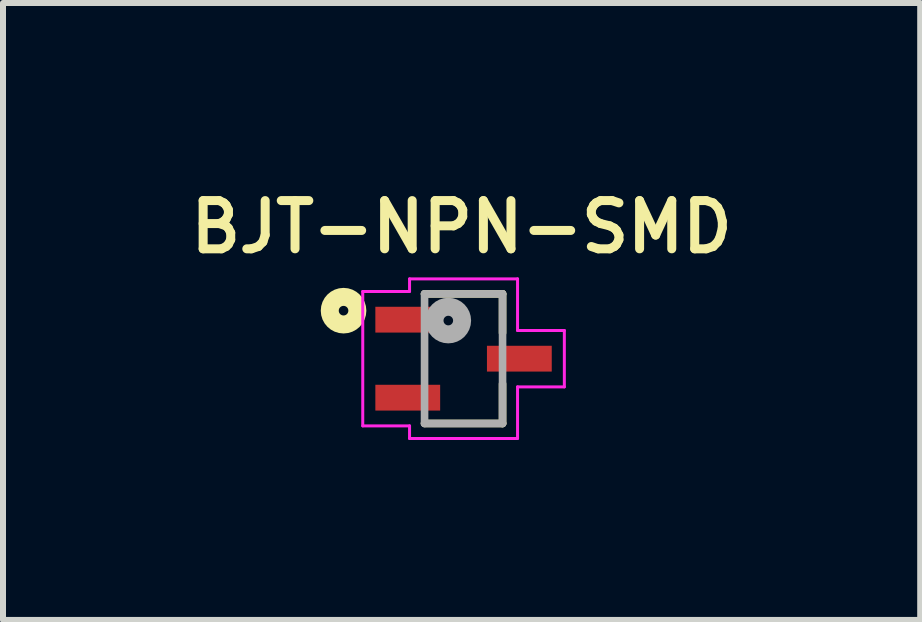
<source format=kicad_pcb>
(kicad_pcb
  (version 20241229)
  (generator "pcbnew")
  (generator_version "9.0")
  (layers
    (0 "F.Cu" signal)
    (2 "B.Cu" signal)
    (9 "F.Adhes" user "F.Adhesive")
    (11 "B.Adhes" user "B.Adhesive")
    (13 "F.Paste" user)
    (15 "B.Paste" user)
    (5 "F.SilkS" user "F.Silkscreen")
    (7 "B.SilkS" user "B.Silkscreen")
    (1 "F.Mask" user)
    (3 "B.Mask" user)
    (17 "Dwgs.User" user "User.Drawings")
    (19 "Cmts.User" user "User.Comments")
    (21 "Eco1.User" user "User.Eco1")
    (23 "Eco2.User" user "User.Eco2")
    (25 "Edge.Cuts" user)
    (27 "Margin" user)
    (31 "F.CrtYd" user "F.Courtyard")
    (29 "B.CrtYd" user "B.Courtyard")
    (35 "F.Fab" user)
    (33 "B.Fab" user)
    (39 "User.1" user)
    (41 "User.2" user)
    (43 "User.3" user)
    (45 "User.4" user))
  (footprint "BJT-NPN-SMD"
    (layer "F.Cu")
    (at 4.676 2.928)
    (property "Reference" "BJT-NPN-SMD" (at -0.033 -2.195 0) (layer "F.SilkS") (effects (font (size 0.804 0.804) (thickness 0.15))))
    (attr smd)
    (fp_line (start 0.65 -1.08) (end -0.65 -1.08) (stroke (width 0.127) (type solid)) (layer "F.SilkS"))
    (fp_line (start 0.65 -1.08) (end 0.65 -0.43) (stroke (width 0.127) (type solid)) (layer "F.SilkS"))
    (fp_line (start 0.65 0.42) (end 0.65 1.08) (stroke (width 0.127) (type solid)) (layer "F.SilkS"))
    (fp_line (start 0.65 1.08) (end -0.65 1.08) (stroke (width 0.127) (type solid)) (layer "F.SilkS"))
    (fp_circle (center -2 -0.8) (end -1.92 -0.8) (stroke (width 0.3) (type solid)) (fill no) (layer "F.SilkS"))
    (fp_line (start -1.68 -1.12) (end -0.9 -1.12) (stroke (width 0.05) (type solid)) (layer "F.CrtYd"))
    (fp_line (start -1.68 1.12) (end -1.68 -1.12) (stroke (width 0.05) (type solid)) (layer "F.CrtYd"))
    (fp_line (start -1.68 1.12) (end -0.9 1.12) (stroke (width 0.05) (type solid)) (layer "F.CrtYd"))
    (fp_line (start -0.9 -1.33) (end 0.9 -1.33) (stroke (width 0.05) (type solid)) (layer "F.CrtYd"))
    (fp_line (start -0.9 -1.12) (end -0.9 -1.33) (stroke (width 0.05) (type solid)) (layer "F.CrtYd"))
    (fp_line (start -0.9 1.33) (end -0.9 1.12) (stroke (width 0.05) (type solid)) (layer "F.CrtYd"))
    (fp_line (start 0.9 -1.33) (end 0.9 -0.47) (stroke (width 0.05) (type solid)) (layer "F.CrtYd"))
    (fp_line (start 0.9 -0.47) (end 1.68 -0.47) (stroke (width 0.05) (type solid)) (layer "F.CrtYd"))
    (fp_line (start 0.9 0.47) (end 0.9 1.33) (stroke (width 0.05) (type solid)) (layer "F.CrtYd"))
    (fp_line (start 0.9 1.33) (end -0.9 1.33) (stroke (width 0.05) (type solid)) (layer "F.CrtYd"))
    (fp_line (start 1.68 -0.47) (end 1.68 0.47) (stroke (width 0.05) (type solid)) (layer "F.CrtYd"))
    (fp_line (start 1.68 0.47) (end 0.9 0.47) (stroke (width 0.05) (type solid)) (layer "F.CrtYd"))
    (fp_line (start -0.65 -1.08) (end 0.65 -1.08) (stroke (width 0.127) (type solid)) (layer "F.Fab"))
    (fp_line (start -0.65 1.08) (end -0.65 -1.08) (stroke (width 0.127) (type solid)) (layer "F.Fab"))
    (fp_line (start 0.65 -1.08) (end 0.65 1.08) (stroke (width 0.127) (type solid)) (layer "F.Fab"))
    (fp_line (start 0.65 1.08) (end -0.65 1.08) (stroke (width 0.127) (type solid)) (layer "F.Fab"))
    (fp_circle (center -0.254 -0.635) (end -0.174 -0.635) (stroke (width 0.3) (type solid)) (fill no) (layer "F.Fab"))
    (pad "1" smd rect (at -0.93 -0.65) (size 1.08 0.43) (layers "F.Cu" "F.Mask" "F.Paste"))
    (pad "2" smd rect (at -0.93 0.65) (size 1.08 0.43) (layers "F.Cu" "F.Mask" "F.Paste"))
    (pad "3" smd rect (at 0.93 0) (size 1.08 0.43) (layers "F.Cu" "F.Mask" "F.Paste")))
  (gr_rect
    (start -3 -3)
    (end 12.287 7.283)
    (stroke (width 0.1) (type default))
    (fill no)
    (layer "Edge.Cuts")))
</source>
